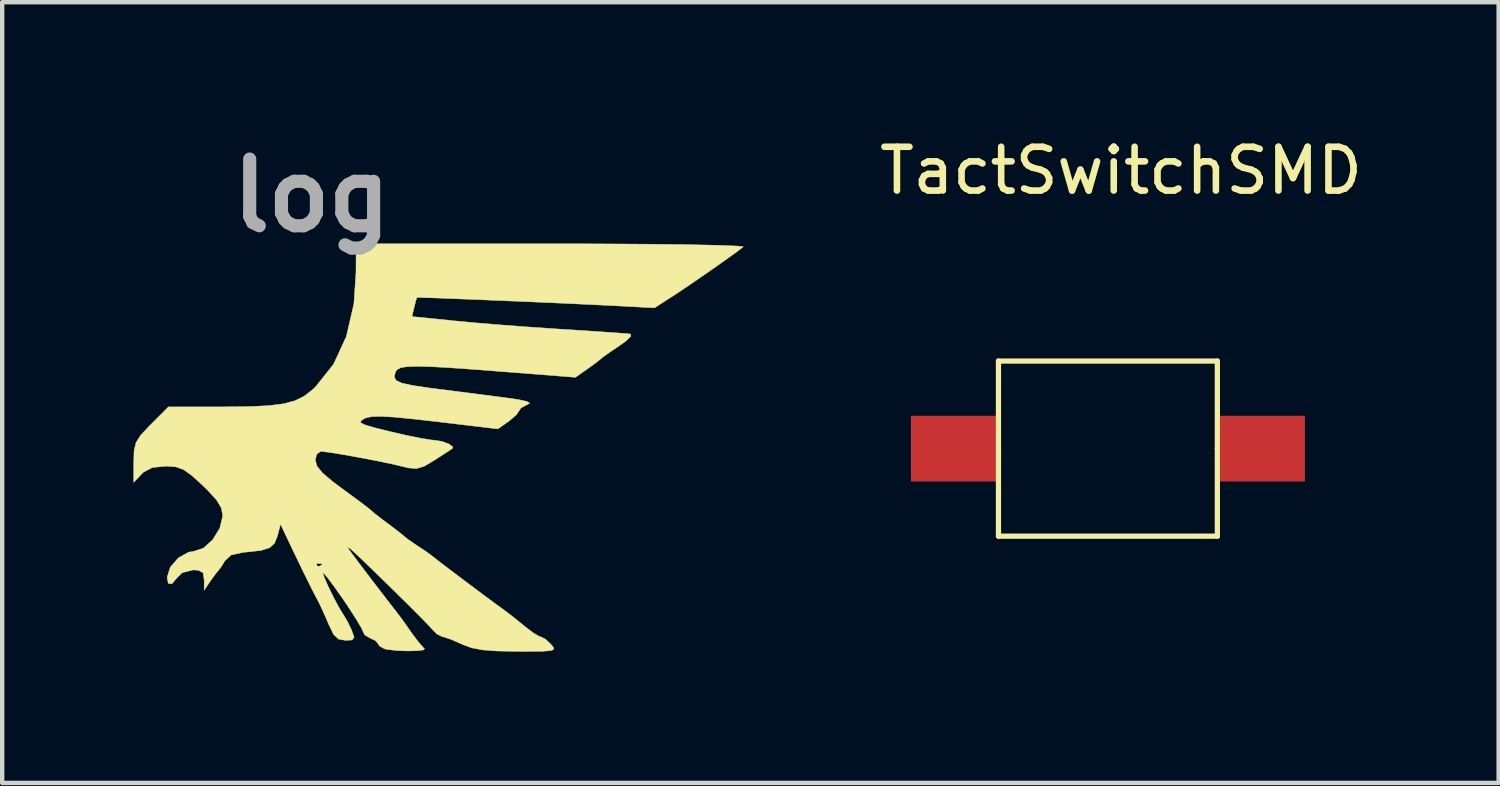
<source format=kicad_pcb>
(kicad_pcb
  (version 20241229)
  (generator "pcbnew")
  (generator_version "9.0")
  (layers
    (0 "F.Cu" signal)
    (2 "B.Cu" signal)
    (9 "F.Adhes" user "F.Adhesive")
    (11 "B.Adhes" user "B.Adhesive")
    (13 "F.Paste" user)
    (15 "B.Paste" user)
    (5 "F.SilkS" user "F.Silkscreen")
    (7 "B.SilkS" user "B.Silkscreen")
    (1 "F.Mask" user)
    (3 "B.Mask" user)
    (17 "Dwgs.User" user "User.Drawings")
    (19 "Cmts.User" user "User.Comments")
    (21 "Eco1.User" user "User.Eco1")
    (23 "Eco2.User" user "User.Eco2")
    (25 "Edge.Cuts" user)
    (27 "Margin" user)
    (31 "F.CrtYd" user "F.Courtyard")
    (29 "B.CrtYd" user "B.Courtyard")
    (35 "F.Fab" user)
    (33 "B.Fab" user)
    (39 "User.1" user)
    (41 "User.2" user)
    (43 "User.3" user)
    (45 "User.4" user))
  (footprint "TactSwitchSMD"
    (layer "F.Cu")
    (at 22.558 7.198)
    (property "Reference" "TactSwitchSMD" (at 0 -6.35 0) (layer "F.SilkS") (effects (font (size 1 1) (thickness 0.15))))
    (attr through_hole)
    (fp_line (start -2.8 -2) (end -2.8 0) (stroke (width 0.12) (type solid)) (layer "F.SilkS"))
    (fp_line (start -2.8 0) (end -2.8 2) (stroke (width 0.12) (type solid)) (layer "F.SilkS"))
    (fp_line (start -2.8 2) (end 2.2 2) (stroke (width 0.12) (type solid)) (layer "F.SilkS"))
    (fp_line (start 2.2 -2) (end -2.8 -2) (stroke (width 0.12) (type solid)) (layer "F.SilkS"))
    (fp_line (start 2.2 0) (end 2.2 -2) (stroke (width 0.12) (type solid)) (layer "F.SilkS"))
    (fp_line (start 2.2 2) (end 2.2 0) (stroke (width 0.12) (type solid)) (layer "F.SilkS"))
    (pad "1" smd rect (at -3.8 0) (size 2 1.5) (layers "F.Cu" "F.Mask" "F.Paste"))
    (pad "2" smd rect (at 3.2 0) (size 2 1.5) (layers "F.Cu" "F.Mask" "F.Paste")))
  (footprint "log"
    (layer "F.Cu")
    (at 6.609 7.768)
    (property "Reference" "log" (at -2.54 -6.35 0) (layer "F.Fab") (effects (font (size 1.524 1.524) (thickness 0.3))))
    (attr through_hole)
    (fp_poly (pts (xy 3.786 -5.248) (xy 4.579 -5.244) (xy 5.3 -5.239) (xy 5.936 -5.231) (xy 6.469 -5.221) (xy 6.886 -5.21) (xy 7.172 -5.198) (xy 7.309 -5.185) (xy 7.319 -5.179) (xy 7.193 -5.082) (xy 6.964 -4.917) (xy 6.67 -4.709) (xy 6.347 -4.485) (xy 6.034 -4.27) (xy 5.767 -4.092) (xy 5.673 -4.031) (xy 5.292 -3.786) (xy 4.064 -3.85) (xy 3.727 -3.866) (xy 3.299 -3.886) (xy 2.809 -3.908) (xy 2.283 -3.931) (xy 1.748 -3.953) (xy 1.231 -3.975) (xy 0.76 -3.993) (xy 0.362 -4.009) (xy 0.064 -4.019) (xy -0.106 -4.024) (xy -0.136 -4.024) (xy -0.16 -3.951) (xy -0.197 -3.804) (xy -0.249 -3.587) (xy 0.743 -3.487) (xy 1.189 -3.445) (xy 1.744 -3.399) (xy 2.35 -3.353) (xy 2.946 -3.312) (xy 3.175 -3.297) (xy 3.659 -3.267) (xy 4.088 -3.238) (xy 4.433 -3.214) (xy 4.663 -3.196) (xy 4.741 -3.188) (xy 4.753 -3.138) (xy 4.636 -3.025) (xy 4.487 -2.919) (xy 4.267 -2.77) (xy 4.11 -2.659) (xy 4.064 -2.621) (xy 3.973 -2.546) (xy 3.8 -2.419) (xy 3.753 -2.387) (xy 3.485 -2.199) (xy 1.848 -2.327) (xy 1.143 -2.381) (xy 0.587 -2.42) (xy 0.163 -2.443) (xy -0.147 -2.451) (xy -0.363 -2.442) (xy -0.502 -2.419) (xy -0.583 -2.379) (xy -0.625 -2.324) (xy -0.629 -2.314) (xy -0.652 -2.207) (xy -0.611 -2.128) (xy -0.48 -2.066) (xy -0.234 -2.013) (xy 0.15 -1.956) (xy 0.254 -1.943) (xy 0.73 -1.882) (xy 1.259 -1.814) (xy 1.74 -1.752) (xy 1.82 -1.742) (xy 2.179 -1.691) (xy 2.382 -1.647) (xy 2.44 -1.608) (xy 2.392 -1.579) (xy 2.245 -1.501) (xy 2.201 -1.439) (xy 2.139 -1.346) (xy 1.985 -1.213) (xy 1.958 -1.193) (xy 1.715 -1.02) (xy 0.286 -1.19) (xy -0.264 -1.252) (xy -0.671 -1.291) (xy -0.961 -1.307) (xy -1.159 -1.302) (xy -1.29 -1.276) (xy -1.34 -1.255) (xy -1.417 -1.203) (xy -1.416 -1.159) (xy -1.314 -1.109) (xy -1.09 -1.044) (xy -0.747 -0.959) (xy -0.379 -0.874) (xy -0.051 -0.808) (xy 0.185 -0.769) (xy 0.254 -0.763) (xy 0.436 -0.735) (xy 0.598 -0.675) (xy 0.684 -0.608) (xy 0.675 -0.573) (xy 0.586 -0.514) (xy 0.403 -0.395) (xy 0.265 -0.306) (xy 0.03 -0.167) (xy -0.144 -0.114) (xy -0.333 -0.13) (xy -0.455 -0.16) (xy -0.704 -0.219) (xy -1.038 -0.288) (xy -1.41 -0.36) (xy -1.774 -0.426) (xy -2.083 -0.477) (xy -2.292 -0.505) (xy -2.338 -0.508) (xy -2.43 -0.435) (xy -2.455 -0.303) (xy -2.419 -0.172) (xy -2.297 -0.019) (xy -2.065 0.179) (xy -1.841 0.346) (xy -1.564 0.549) (xy -1.341 0.715) (xy -1.207 0.82) (xy -1.185 0.84) (xy -1.097 0.916) (xy -0.921 1.052) (xy -0.804 1.139) (xy -0.6 1.293) (xy -0.457 1.406) (xy -0.423 1.437) (xy -0.329 1.511) (xy -0.155 1.63) (xy -0.129 1.646) (xy 0.066 1.776) (xy 0.203 1.875) (xy 0.209 1.88) (xy 0.326 1.973) (xy 0.543 2.139) (xy 0.822 2.35) (xy 1.127 2.579) (xy 1.421 2.799) (xy 1.668 2.982) (xy 1.818 3.09) (xy 2.045 3.261) (xy 2.294 3.462) (xy 2.331 3.493) (xy 2.519 3.637) (xy 2.659 3.719) (xy 2.686 3.725) (xy 2.799 3.782) (xy 2.921 3.895) (xy 2.983 3.969) (xy 2.991 4.017) (xy 2.92 4.045) (xy 2.747 4.058) (xy 2.446 4.062) (xy 2.151 4.061) (xy 1.693 4.053) (xy 1.362 4.028) (xy 1.116 3.981) (xy 0.912 3.906) (xy 0.889 3.895) (xy 0.66 3.794) (xy 0.486 3.734) (xy 0.449 3.728) (xy 0.321 3.665) (xy 0.233 3.577) (xy 0.135 3.47) (xy -0.061 3.268) (xy -0.333 2.996) (xy -0.657 2.677) (xy -0.883 2.455) (xy -1.251 2.098) (xy -1.506 1.853) (xy -1.66 1.713) (xy -1.72 1.671) (xy -1.697 1.721) (xy -1.6 1.856) (xy -1.439 2.07) (xy -1.436 2.074) (xy -1.204 2.38) (xy -0.985 2.666) (xy -0.82 2.881) (xy -0.789 2.921) (xy -0.613 3.147) (xy -0.495 3.302) (xy -0.39 3.448) (xy -0.256 3.641) (xy -0.107 3.84) (xy 0.013 3.978) (xy 0.038 3.999) (xy 0.014 4.029) (xy -0.131 4.047) (xy -0.346 4.052) (xy -0.582 4.043) (xy -0.791 4.021) (xy -0.868 4.006) (xy -0.993 3.939) (xy -1.016 3.894) (xy -1.086 3.813) (xy -1.185 3.768) (xy -1.322 3.691) (xy -1.355 3.633) (xy -1.4 3.532) (xy -1.521 3.327) (xy -1.698 3.052) (xy -1.82 2.871) (xy -2.017 2.592) (xy -2.172 2.384) (xy -2.267 2.273) (xy -2.286 2.267) (xy -2.249 2.382) (xy -2.156 2.59) (xy -2.035 2.837) (xy -1.911 3.068) (xy -1.813 3.229) (xy -1.808 3.235) (xy -1.715 3.392) (xy -1.627 3.577) (xy -1.57 3.74) (xy -1.615 3.801) (xy -1.764 3.81) (xy -1.924 3.783) (xy -2.038 3.676) (xy -2.148 3.45) (xy -2.257 3.195) (xy -2.355 2.985) (xy -2.38 2.936) (xy -2.528 2.652) (xy -2.73 2.245) (xy -2.819 2.06) (xy -2.427 2.06) (xy -2.415 2.111) (xy -2.371 2.117) (xy -2.301 2.086) (xy -2.314 2.06) (xy -2.415 2.05) (xy -2.427 2.06) (xy -2.819 2.06) (xy -2.972 1.744) (xy -3.013 1.657) (xy -3.252 1.155) (xy -3.321 1.423) (xy -3.386 1.589) (xy -3.498 1.694) (xy -3.697 1.756) (xy -4.021 1.792) (xy -4.098 1.798) (xy -4.378 1.86) (xy -4.521 1.99) (xy -4.614 2.142) (xy -4.662 2.201) (xy -4.739 2.296) (xy -4.852 2.453) (xy -4.995 2.662) (xy -4.995 2.432) (xy -5.019 2.268) (xy -5.127 2.208) (xy -5.249 2.201) (xy -5.499 2.265) (xy -5.608 2.371) (xy -5.732 2.517) (xy -5.815 2.51) (xy -5.842 2.371) (xy -5.769 2.138) (xy -5.586 1.927) (xy -5.353 1.796) (xy -5.238 1.778) (xy -5.012 1.703) (xy -4.799 1.51) (xy -4.639 1.249) (xy -4.572 0.969) (xy -4.572 0.957) (xy -4.603 0.786) (xy -4.713 0.602) (xy -4.925 0.37) (xy -5.033 0.266) (xy -5.284 0.038) (xy -5.47 -0.093) (xy -5.64 -0.153) (xy -5.845 -0.169) (xy -5.876 -0.169) (xy -6.176 -0.139) (xy -6.379 -0.034) (xy -6.431 0.016) (xy -6.604 0.201) (xy -6.604 -0.265) (xy -6.596 -0.525) (xy -6.552 -0.708) (xy -6.446 -0.875) (xy -6.248 -1.087) (xy -6.207 -1.127) (xy -5.811 -1.524) (xy -4.578 -1.524) (xy -3.983 -1.53) (xy -3.528 -1.551) (xy -3.184 -1.594) (xy -2.921 -1.664) (xy -2.711 -1.768) (xy -2.525 -1.912) (xy -2.455 -1.977) (xy -2.04 -2.497) (xy -1.747 -3.133) (xy -1.575 -3.879) (xy -1.527 -4.593) (xy -1.524 -5.249) (xy 2.938 -5.249) (xy 3.786 -5.248)) (stroke (width 0.01) (type solid)) (fill yes) (layer "F.SilkS")))
  (gr_rect
    (start -3 -3)
    (end 31.183 14.835)
    (stroke (width 0.1) (type default))
    (fill no)
    (layer "Edge.Cuts")))
</source>
